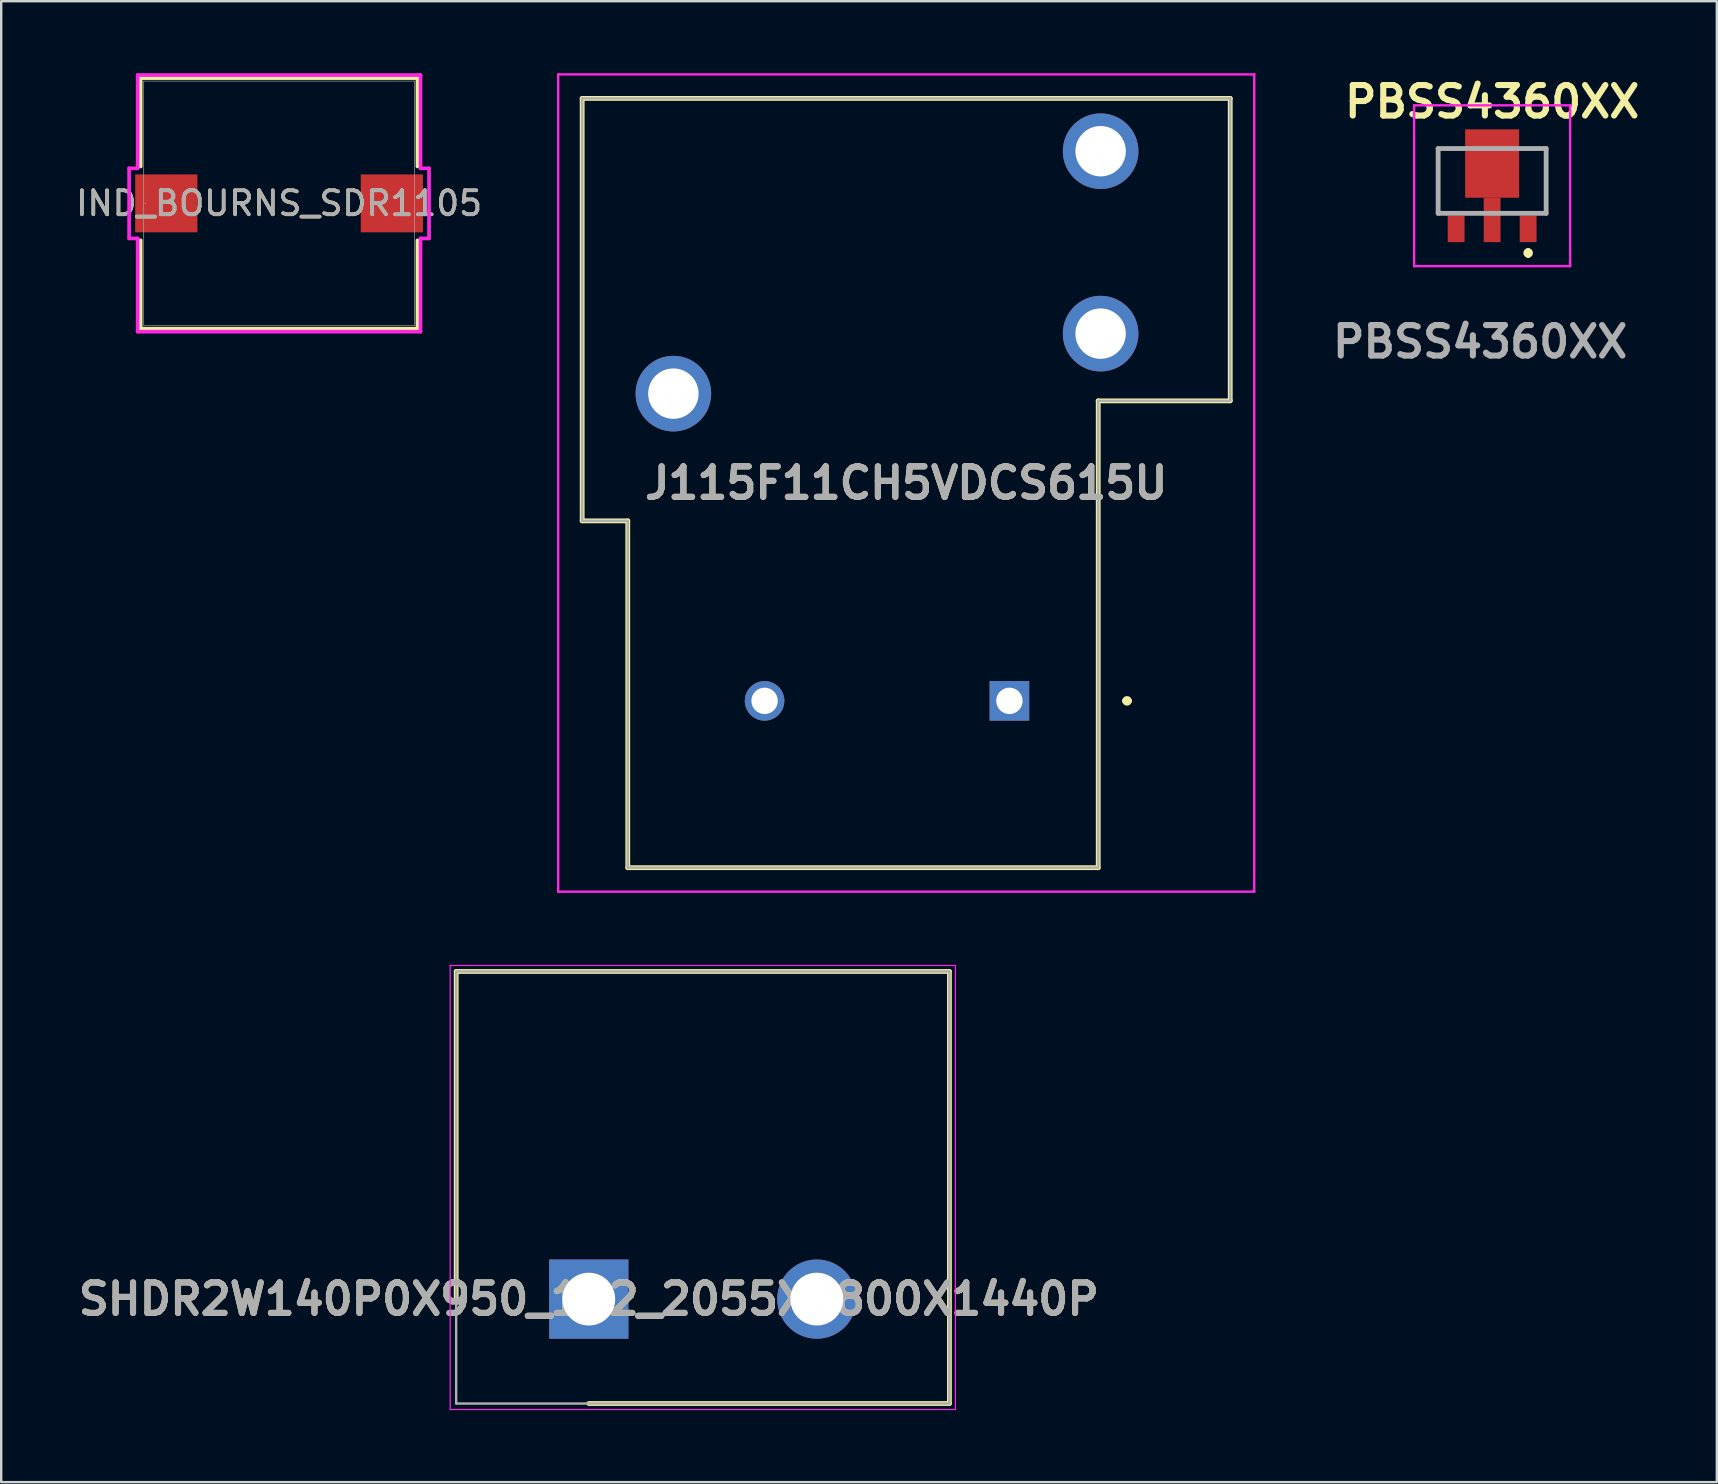
<source format=kicad_pcb>
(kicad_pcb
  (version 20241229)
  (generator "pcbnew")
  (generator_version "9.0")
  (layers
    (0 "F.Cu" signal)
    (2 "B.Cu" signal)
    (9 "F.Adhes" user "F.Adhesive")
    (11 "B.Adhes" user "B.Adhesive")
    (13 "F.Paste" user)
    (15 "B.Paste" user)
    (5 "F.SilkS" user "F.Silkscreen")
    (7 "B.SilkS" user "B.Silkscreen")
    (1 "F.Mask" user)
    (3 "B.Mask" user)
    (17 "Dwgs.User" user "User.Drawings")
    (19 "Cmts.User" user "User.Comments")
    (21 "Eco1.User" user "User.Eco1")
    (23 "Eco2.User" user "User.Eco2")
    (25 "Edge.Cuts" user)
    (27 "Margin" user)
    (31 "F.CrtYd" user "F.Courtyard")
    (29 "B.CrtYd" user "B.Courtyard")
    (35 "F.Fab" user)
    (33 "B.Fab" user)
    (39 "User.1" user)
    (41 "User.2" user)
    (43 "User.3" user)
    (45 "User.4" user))
  (footprint "IND_BOURNS_SDR1105"
    (layer "F.Cu")
    (at 8.577 5.423)
    (property "Reference" "IND_BOURNS_SDR1105" (at 0 0 0) (unlocked yes) (layer "F.SilkS") (effects (font (size 1 1) (thickness 0.15))))
    (attr smd)
    (fp_line (start -5.766 -5.22) (end -5.766 -1.539) (stroke (width 0.152) (type solid)) (layer "F.SilkS"))
    (fp_line (start -5.766 1.539) (end -5.766 5.22) (stroke (width 0.152) (type solid)) (layer "F.SilkS"))
    (fp_line (start -5.766 5.22) (end 5.766 5.22) (stroke (width 0.152) (type solid)) (layer "F.SilkS"))
    (fp_line (start 5.766 -5.22) (end -5.766 -5.22) (stroke (width 0.152) (type solid)) (layer "F.SilkS"))
    (fp_line (start 5.766 -1.539) (end 5.766 -5.22) (stroke (width 0.152) (type solid)) (layer "F.SilkS"))
    (fp_line (start 5.766 5.22) (end 5.766 1.539) (stroke (width 0.152) (type solid)) (layer "F.SilkS"))
    (fp_line (start -6.248 -1.46) (end -5.893 -1.46) (stroke (width 0.152) (type solid)) (layer "F.CrtYd"))
    (fp_line (start -6.248 1.46) (end -6.248 -1.46) (stroke (width 0.152) (type solid)) (layer "F.CrtYd"))
    (fp_line (start -5.893 -5.347) (end 5.893 -5.347) (stroke (width 0.152) (type solid)) (layer "F.CrtYd"))
    (fp_line (start -5.893 -1.46) (end -5.893 -5.347) (stroke (width 0.152) (type solid)) (layer "F.CrtYd"))
    (fp_line (start -5.893 1.46) (end -6.248 1.46) (stroke (width 0.152) (type solid)) (layer "F.CrtYd"))
    (fp_line (start -5.893 5.347) (end -5.893 1.46) (stroke (width 0.152) (type solid)) (layer "F.CrtYd"))
    (fp_line (start 5.893 -5.347) (end 5.893 -1.46) (stroke (width 0.152) (type solid)) (layer "F.CrtYd"))
    (fp_line (start 5.893 -1.46) (end 6.248 -1.46) (stroke (width 0.152) (type solid)) (layer "F.CrtYd"))
    (fp_line (start 5.893 1.46) (end 5.893 5.347) (stroke (width 0.152) (type solid)) (layer "F.CrtYd"))
    (fp_line (start 5.893 5.347) (end -5.893 5.347) (stroke (width 0.152) (type solid)) (layer "F.CrtYd"))
    (fp_line (start 6.248 -1.46) (end 6.248 1.46) (stroke (width 0.152) (type solid)) (layer "F.CrtYd"))
    (fp_line (start 6.248 1.46) (end 5.893 1.46) (stroke (width 0.152) (type solid)) (layer "F.CrtYd"))
    (fp_line (start -5.639 -5.093) (end -5.639 5.093) (stroke (width 0.025) (type solid)) (layer "F.Fab"))
    (fp_line (start -5.639 5.093) (end 5.639 5.093) (stroke (width 0.025) (type solid)) (layer "F.Fab"))
    (fp_line (start 5.639 -5.093) (end -5.639 -5.093) (stroke (width 0.025) (type solid)) (layer "F.Fab"))
    (fp_line (start 5.639 5.093) (end 5.639 -5.093) (stroke (width 0.025) (type solid)) (layer "F.Fab"))
    (fp_circle (center -5.563 0) (end -5.563 0) (stroke (width 0.025) (type solid)) (fill no) (layer "F.Fab"))
    (fp_text user "${REFERENCE}" (at 0 0 0) (unlocked yes) (layer "F.Fab") (effects (font (size 1 1) (thickness 0.15))))
    (pad "1" smd rect (at -4.699 0) (size 2.591 2.413) (layers "F.Cu" "F.Mask" "F.Paste"))
    (pad "2" smd rect (at 4.699 0) (size 2.591 2.413) (layers "F.Cu" "F.Mask" "F.Paste"))
    (zone (net_name "") (layer "F.Cu") (hatch full 0.508) (connect_pads) (min_thickness 0.254) (filled_areas_thickness no) (keepout (tracks not_allowed) (vias not_allowed) (pads allowed) (copperpour not_allowed) (footprints allowed)) (placement (enabled no)) (fill) (polygon (pts (xy 5.225 0.381) (xy 11.93 0.381) (xy 11.93 10.465) (xy 5.225 10.465)))))
  (footprint "SHDR2W140P0X950_1X2_2055X1800X1440P"
    (layer "F.Cu")
    (at 21.481 51.075)
    (property "Reference" "SHDR2W140P0X950_1X2_2055X1800X1440P" (at 0 0 0) (layer "F.SilkS") (effects (font (size 1.27 1.27) (thickness 0.254))))
    (attr through_hole)
    (fp_line (start -5.525 -13.65) (end -5.525 0) (stroke (width 0.2) (type solid)) (layer "F.SilkS"))
    (fp_line (start 0 4.35) (end 15.025 4.35) (stroke (width 0.2) (type solid)) (layer "F.SilkS"))
    (fp_line (start 15.025 -13.65) (end -5.525 -13.65) (stroke (width 0.2) (type solid)) (layer "F.SilkS"))
    (fp_line (start 15.025 4.35) (end 15.025 -13.65) (stroke (width 0.2) (type solid)) (layer "F.SilkS"))
    (fp_line (start -5.775 -13.9) (end 15.275 -13.9) (stroke (width 0.05) (type solid)) (layer "F.CrtYd"))
    (fp_line (start -5.775 4.6) (end -5.775 -13.9) (stroke (width 0.05) (type solid)) (layer "F.CrtYd"))
    (fp_line (start 15.275 -13.9) (end 15.275 4.6) (stroke (width 0.05) (type solid)) (layer "F.CrtYd"))
    (fp_line (start 15.275 4.6) (end -5.775 4.6) (stroke (width 0.05) (type solid)) (layer "F.CrtYd"))
    (fp_line (start -5.525 -13.65) (end 15.025 -13.65) (stroke (width 0.1) (type solid)) (layer "F.Fab"))
    (fp_line (start -5.525 4.35) (end -5.525 -13.65) (stroke (width 0.1) (type solid)) (layer "F.Fab"))
    (fp_line (start 15.025 -13.65) (end 15.025 4.35) (stroke (width 0.1) (type solid)) (layer "F.Fab"))
    (fp_line (start 15.025 4.35) (end -5.525 4.35) (stroke (width 0.1) (type solid)) (layer "F.Fab"))
    (fp_text user "${REFERENCE}" (at 0 0 0) (layer "F.Fab") (effects (font (size 1.27 1.27) (thickness 0.254))))
    (pad "1" thru_hole rect (at 0 0) (size 3.3 3.3) (drill 2.2) (layers "*.Cu" "*.Mask"))
    (pad "2" thru_hole circle (at 9.5 0) (size 3.3 3.3) (drill 2.2) (layers "*.Cu" "*.Mask")))
  (footprint "J115F11CH5VDCS615U"
    (layer "F.Cu")
    (at 39.005 26.15)
    (property "Reference" "J115F11CH5VDCS615U" (at -4.3 -9.075 0) (layer "F.SilkS") (effects (font (size 1.27 1.27) (thickness 0.254))))
    (attr through_hole)
    (fp_line (start -17.8 -25.1) (end 9.2 -25.1) (stroke (width 0.2) (type solid)) (layer "F.SilkS"))
    (fp_line (start -17.8 -7.5) (end -17.8 -25.1) (stroke (width 0.2) (type solid)) (layer "F.SilkS"))
    (fp_line (start -15.9 -7.5) (end -17.8 -7.5) (stroke (width 0.2) (type solid)) (layer "F.SilkS"))
    (fp_line (start -15.9 6.95) (end -15.9 -7.5) (stroke (width 0.2) (type solid)) (layer "F.SilkS"))
    (fp_line (start 3.7 -12.5) (end 3.7 6.95) (stroke (width 0.2) (type solid)) (layer "F.SilkS"))
    (fp_line (start 3.7 6.95) (end -15.9 6.95) (stroke (width 0.2) (type solid)) (layer "F.SilkS"))
    (fp_line (start 4.8 0) (end 4.8 0) (stroke (width 0.2) (type solid)) (layer "F.SilkS"))
    (fp_line (start 5 0) (end 5 0) (stroke (width 0.2) (type solid)) (layer "F.SilkS"))
    (fp_line (start 9.2 -25.1) (end 9.2 -12.5) (stroke (width 0.2) (type solid)) (layer "F.SilkS"))
    (fp_line (start 9.2 -12.5) (end 3.7 -12.5) (stroke (width 0.2) (type solid)) (layer "F.SilkS"))
    (fp_arc (start 4.8 0) (mid 4.9 -0.1) (end 5 0) (stroke (width 0.2) (type solid)) (layer "F.SilkS"))
    (fp_arc (start 5 0) (mid 4.9 0.1) (end 4.8 0) (stroke (width 0.2) (type solid)) (layer "F.SilkS"))
    (fp_line (start -18.8 -26.1) (end -18.8 7.95) (stroke (width 0.1) (type solid)) (layer "F.CrtYd"))
    (fp_line (start -18.8 7.95) (end 10.2 7.95) (stroke (width 0.1) (type solid)) (layer "F.CrtYd"))
    (fp_line (start 10.2 -26.1) (end -18.8 -26.1) (stroke (width 0.1) (type solid)) (layer "F.CrtYd"))
    (fp_line (start 10.2 7.95) (end 10.2 -26.1) (stroke (width 0.1) (type solid)) (layer "F.CrtYd"))
    (fp_line (start -17.8 -25.1) (end -17.8 -7.5) (stroke (width 0.1) (type solid)) (layer "F.Fab"))
    (fp_line (start -17.8 -7.5) (end -15.9 -7.5) (stroke (width 0.1) (type solid)) (layer "F.Fab"))
    (fp_line (start -15.9 -7.5) (end -15.9 6.95) (stroke (width 0.1) (type solid)) (layer "F.Fab"))
    (fp_line (start -15.9 6.95) (end 3.7 6.95) (stroke (width 0.1) (type solid)) (layer "F.Fab"))
    (fp_line (start 3.7 -12.5) (end 9.2 -12.5) (stroke (width 0.1) (type solid)) (layer "F.Fab"))
    (fp_line (start 3.7 6.95) (end 3.7 -12.5) (stroke (width 0.1) (type solid)) (layer "F.Fab"))
    (fp_line (start 9.2 -25.1) (end -17.8 -25.1) (stroke (width 0.1) (type solid)) (layer "F.Fab"))
    (fp_line (start 9.2 -12.5) (end 9.2 -25.1) (stroke (width 0.1) (type solid)) (layer "F.Fab"))
    (fp_text user "${REFERENCE}" (at -4.3 -9.075 0) (layer "F.Fab") (effects (font (size 1.27 1.27) (thickness 0.254))))
    (pad "1" thru_hole rect (at 0 0) (size 1.65 1.65) (drill 1.1) (layers "*.Cu" "*.Mask"))
    (pad "2" thru_hole circle (at -10.2 0) (size 1.65 1.65) (drill 1.1) (layers "*.Cu" "*.Mask"))
    (pad "3" thru_hole circle (at -14 -12.8) (size 3.15 3.15) (drill 2.1) (layers "*.Cu" "*.Mask"))
    (pad "4" thru_hole circle (at 3.8 -22.9) (size 3.15 3.15) (drill 2.1) (layers "*.Cu" "*.Mask"))
    (pad "5" thru_hole circle (at 3.8 -15.3) (size 3.15 3.15) (drill 2.1) (layers "*.Cu" "*.Mask")))
  (footprint "PBSS4360XX"
    (layer "F.Cu")
    (at 59.117 4.689)
    (property "Reference" "PBSS4360XX" (at 0 -3.5 0) (layer "F.SilkS") (effects (font (size 1.27 1.27) (thickness 0.254))))
    (attr smd)
    (fp_line (start -2.25 -1.55) (end -1.5 -1.55) (stroke (width 0.1) (type solid)) (layer "F.SilkS"))
    (fp_line (start -2.25 1.15) (end -2.25 -1.55) (stroke (width 0.1) (type solid)) (layer "F.SilkS"))
    (fp_line (start 1.5 -1.55) (end 2.25 -1.55) (stroke (width 0.1) (type solid)) (layer "F.SilkS"))
    (fp_line (start 1.5 2.7) (end 1.5 2.7) (stroke (width 0.2) (type solid)) (layer "F.SilkS"))
    (fp_line (start 1.5 2.9) (end 1.5 2.9) (stroke (width 0.2) (type solid)) (layer "F.SilkS"))
    (fp_line (start 2.25 -1.55) (end 2.25 1.15) (stroke (width 0.1) (type solid)) (layer "F.SilkS"))
    (fp_arc (start 1.5 2.7) (mid 1.6 2.8) (end 1.5 2.9) (stroke (width 0.2) (type solid)) (layer "F.SilkS"))
    (fp_arc (start 1.5 2.9) (mid 1.4 2.8) (end 1.5 2.7) (stroke (width 0.2) (type solid)) (layer "F.SilkS"))
    (fp_line (start -3.25 -3.35) (end 3.25 -3.35) (stroke (width 0.1) (type solid)) (layer "F.CrtYd"))
    (fp_line (start -3.25 3.35) (end -3.25 -3.35) (stroke (width 0.1) (type solid)) (layer "F.CrtYd"))
    (fp_line (start 3.25 -3.35) (end 3.25 3.35) (stroke (width 0.1) (type solid)) (layer "F.CrtYd"))
    (fp_line (start 3.25 3.35) (end -3.25 3.35) (stroke (width 0.1) (type solid)) (layer "F.CrtYd"))
    (fp_line (start -2.25 -1.55) (end 2.25 -1.55) (stroke (width 0.2) (type solid)) (layer "F.Fab"))
    (fp_line (start -2.25 1.15) (end -2.25 -1.55) (stroke (width 0.2) (type solid)) (layer "F.Fab"))
    (fp_line (start 2.25 -1.55) (end 2.25 1.15) (stroke (width 0.2) (type solid)) (layer "F.Fab"))
    (fp_line (start 2.25 1.15) (end -2.25 1.15) (stroke (width 0.2) (type solid)) (layer "F.Fab"))
    (fp_text user "${REFERENCE}" (at -0.5 6.5 0) (layer "F.Fab") (effects (font (size 1.27 1.27) (thickness 0.254))))
    (pad "1" smd rect (at 1.5 1.8) (size 0.7 1.1) (layers "F.Cu" "F.Mask" "F.Paste"))
    (pad "2" smd rect (at 0 -0.925) (size 2.25 2.85) (layers "F.Cu" "F.Mask" "F.Paste"))
    (pad "2" smd rect (at 0 1.425) (size 0.7 1.85) (layers "F.Cu" "F.Mask" "F.Paste"))
    (pad "3" smd rect (at -1.5 1.8) (size 0.7 1.1) (layers "F.Cu" "F.Mask" "F.Paste")))
  (gr_rect
    (start -3 -3)
    (end 68.479 58.7)
    (stroke (width 0.1) (type default))
    (fill no)
    (layer "Edge.Cuts")))
</source>
